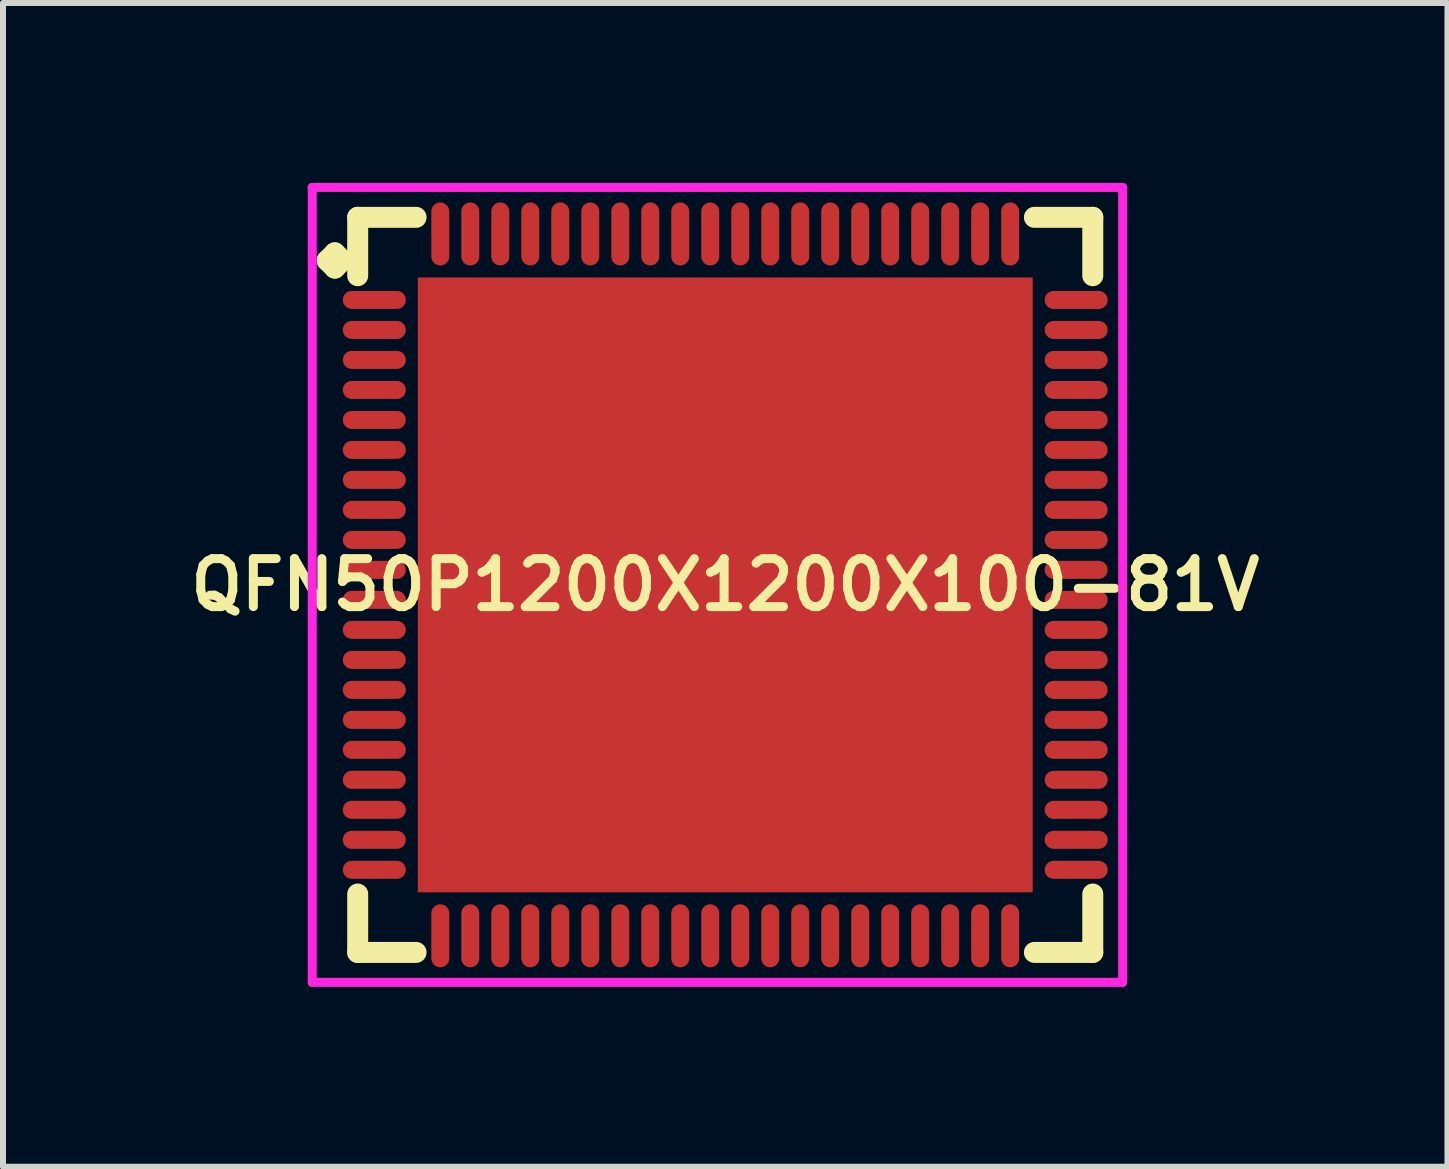
<source format=kicad_pcb>
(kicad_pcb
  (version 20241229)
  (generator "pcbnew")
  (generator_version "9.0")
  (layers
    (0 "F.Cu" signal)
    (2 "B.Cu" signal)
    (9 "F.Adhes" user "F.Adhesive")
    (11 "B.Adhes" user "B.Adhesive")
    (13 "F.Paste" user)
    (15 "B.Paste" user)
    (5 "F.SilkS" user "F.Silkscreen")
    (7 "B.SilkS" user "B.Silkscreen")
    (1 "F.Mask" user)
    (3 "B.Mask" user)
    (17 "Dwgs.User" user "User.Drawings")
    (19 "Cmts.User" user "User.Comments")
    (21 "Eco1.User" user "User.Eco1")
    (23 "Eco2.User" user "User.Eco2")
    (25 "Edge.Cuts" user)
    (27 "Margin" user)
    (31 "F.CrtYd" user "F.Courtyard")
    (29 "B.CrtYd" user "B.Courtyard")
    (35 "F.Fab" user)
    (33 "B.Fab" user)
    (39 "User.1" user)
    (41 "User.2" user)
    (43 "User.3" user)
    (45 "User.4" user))
  (footprint "QFN50P1200X1200X100-81V"
    (layer "F.Cu")
    (at 9.04 6.7)
    (property "Reference" "QFN50P1200X1200X100-81V" (at 0 0 0) (layer "F.SilkS") (effects (font (size 0.8 0.8) (thickness 0.15))))
    (attr smd)
    (fp_line (start -6.635 -5.408) (end -6.508 -5.535) (stroke (width 0.35) (type solid)) (layer "F.SilkS"))
    (fp_line (start -6.508 -5.535) (end -6.381 -5.408) (stroke (width 0.35) (type solid)) (layer "F.SilkS"))
    (fp_line (start -6.508 -5.281) (end -6.635 -5.408) (stroke (width 0.35) (type solid)) (layer "F.SilkS"))
    (fp_line (start -6.381 -5.408) (end -6.508 -5.281) (stroke (width 0.35) (type solid)) (layer "F.SilkS"))
    (fp_line (start -6.127 -6.127) (end -5.154 -6.127) (stroke (width 0.35) (type solid)) (layer "F.SilkS"))
    (fp_line (start -6.127 -5.154) (end -6.127 -6.127) (stroke (width 0.35) (type solid)) (layer "F.SilkS"))
    (fp_line (start -6.127 5.154) (end -6.127 6.127) (stroke (width 0.35) (type solid)) (layer "F.SilkS"))
    (fp_line (start -6.127 6.127) (end -5.154 6.127) (stroke (width 0.35) (type solid)) (layer "F.SilkS"))
    (fp_line (start 5.154 -6.127) (end 6.127 -6.127) (stroke (width 0.35) (type solid)) (layer "F.SilkS"))
    (fp_line (start 5.154 6.127) (end 6.127 6.127) (stroke (width 0.35) (type solid)) (layer "F.SilkS"))
    (fp_line (start 6.127 -6.127) (end 6.127 -5.154) (stroke (width 0.35) (type solid)) (layer "F.SilkS"))
    (fp_line (start 6.127 6.127) (end 6.127 5.154) (stroke (width 0.35) (type solid)) (layer "F.SilkS"))
    (fp_line (start -6.885 -6.625) (end 6.625 -6.625) (stroke (width 0.15) (type solid)) (layer "F.CrtYd"))
    (fp_line (start -6.885 6.625) (end -6.885 -6.625) (stroke (width 0.15) (type solid)) (layer "F.CrtYd"))
    (fp_line (start 6.625 -6.625) (end 6.625 6.625) (stroke (width 0.15) (type solid)) (layer "F.CrtYd"))
    (fp_line (start 6.625 6.625) (end -6.885 6.625) (stroke (width 0.15) (type solid)) (layer "F.CrtYd"))
    (pad "1" smd oval (at -5.85 -4.75) (size 1.05 0.3) (layers "F.Cu" "F.Mask" "F.Paste"))
    (pad "2" smd oval (at -5.85 -4.25) (size 1.05 0.3) (layers "F.Cu" "F.Mask" "F.Paste"))
    (pad "3" smd oval (at -5.85 -3.75) (size 1.05 0.3) (layers "F.Cu" "F.Mask" "F.Paste"))
    (pad "4" smd oval (at -5.85 -3.25) (size 1.05 0.3) (layers "F.Cu" "F.Mask" "F.Paste"))
    (pad "5" smd oval (at -5.85 -2.75) (size 1.05 0.3) (layers "F.Cu" "F.Mask" "F.Paste"))
    (pad "6" smd oval (at -5.85 -2.25) (size 1.05 0.3) (layers "F.Cu" "F.Mask" "F.Paste"))
    (pad "7" smd oval (at -5.85 -1.75) (size 1.05 0.3) (layers "F.Cu" "F.Mask" "F.Paste"))
    (pad "8" smd oval (at -5.85 -1.25) (size 1.05 0.3) (layers "F.Cu" "F.Mask" "F.Paste"))
    (pad "9" smd oval (at -5.85 -0.75) (size 1.05 0.3) (layers "F.Cu" "F.Mask" "F.Paste"))
    (pad "10" smd oval (at -5.85 -0.25) (size 1.05 0.3) (layers "F.Cu" "F.Mask" "F.Paste"))
    (pad "11" smd oval (at -5.85 0.25) (size 1.05 0.3) (layers "F.Cu" "F.Mask" "F.Paste"))
    (pad "12" smd oval (at -5.85 0.75) (size 1.05 0.3) (layers "F.Cu" "F.Mask" "F.Paste"))
    (pad "13" smd oval (at -5.85 1.25) (size 1.05 0.3) (layers "F.Cu" "F.Mask" "F.Paste"))
    (pad "14" smd oval (at -5.85 1.75) (size 1.05 0.3) (layers "F.Cu" "F.Mask" "F.Paste"))
    (pad "15" smd oval (at -5.85 2.25) (size 1.05 0.3) (layers "F.Cu" "F.Mask" "F.Paste"))
    (pad "16" smd oval (at -5.85 2.75) (size 1.05 0.3) (layers "F.Cu" "F.Mask" "F.Paste"))
    (pad "17" smd oval (at -5.85 3.25) (size 1.05 0.3) (layers "F.Cu" "F.Mask" "F.Paste"))
    (pad "18" smd oval (at -5.85 3.75) (size 1.05 0.3) (layers "F.Cu" "F.Mask" "F.Paste"))
    (pad "19" smd oval (at -5.85 4.25) (size 1.05 0.3) (layers "F.Cu" "F.Mask" "F.Paste"))
    (pad "20" smd oval (at -5.85 4.75) (size 1.05 0.3) (layers "F.Cu" "F.Mask" "F.Paste"))
    (pad "21" smd oval (at -4.75 5.85) (size 0.3 1.05) (layers "F.Cu" "F.Mask" "F.Paste"))
    (pad "22" smd oval (at -4.25 5.85) (size 0.3 1.05) (layers "F.Cu" "F.Mask" "F.Paste"))
    (pad "23" smd oval (at -3.75 5.85) (size 0.3 1.05) (layers "F.Cu" "F.Mask" "F.Paste"))
    (pad "24" smd oval (at -3.25 5.85) (size 0.3 1.05) (layers "F.Cu" "F.Mask" "F.Paste"))
    (pad "25" smd oval (at -2.75 5.85) (size 0.3 1.05) (layers "F.Cu" "F.Mask" "F.Paste"))
    (pad "26" smd oval (at -2.25 5.85) (size 0.3 1.05) (layers "F.Cu" "F.Mask" "F.Paste"))
    (pad "27" smd oval (at -1.75 5.85) (size 0.3 1.05) (layers "F.Cu" "F.Mask" "F.Paste"))
    (pad "28" smd oval (at -1.25 5.85) (size 0.3 1.05) (layers "F.Cu" "F.Mask" "F.Paste"))
    (pad "29" smd oval (at -0.75 5.85) (size 0.3 1.05) (layers "F.Cu" "F.Mask" "F.Paste"))
    (pad "30" smd oval (at -0.25 5.85) (size 0.3 1.05) (layers "F.Cu" "F.Mask" "F.Paste"))
    (pad "31" smd oval (at 0.25 5.85) (size 0.3 1.05) (layers "F.Cu" "F.Mask" "F.Paste"))
    (pad "32" smd oval (at 0.75 5.85) (size 0.3 1.05) (layers "F.Cu" "F.Mask" "F.Paste"))
    (pad "33" smd oval (at 1.25 5.85) (size 0.3 1.05) (layers "F.Cu" "F.Mask" "F.Paste"))
    (pad "34" smd oval (at 1.75 5.85) (size 0.3 1.05) (layers "F.Cu" "F.Mask" "F.Paste"))
    (pad "35" smd oval (at 2.25 5.85) (size 0.3 1.05) (layers "F.Cu" "F.Mask" "F.Paste"))
    (pad "36" smd oval (at 2.75 5.85) (size 0.3 1.05) (layers "F.Cu" "F.Mask" "F.Paste"))
    (pad "37" smd oval (at 3.25 5.85) (size 0.3 1.05) (layers "F.Cu" "F.Mask" "F.Paste"))
    (pad "38" smd oval (at 3.75 5.85) (size 0.3 1.05) (layers "F.Cu" "F.Mask" "F.Paste"))
    (pad "39" smd oval (at 4.25 5.85) (size 0.3 1.05) (layers "F.Cu" "F.Mask" "F.Paste"))
    (pad "40" smd oval (at 4.75 5.85) (size 0.3 1.05) (layers "F.Cu" "F.Mask" "F.Paste"))
    (pad "41" smd oval (at 5.85 4.75) (size 1.05 0.3) (layers "F.Cu" "F.Mask" "F.Paste"))
    (pad "42" smd oval (at 5.85 4.25) (size 1.05 0.3) (layers "F.Cu" "F.Mask" "F.Paste"))
    (pad "43" smd oval (at 5.85 3.75) (size 1.05 0.3) (layers "F.Cu" "F.Mask" "F.Paste"))
    (pad "44" smd oval (at 5.85 3.25) (size 1.05 0.3) (layers "F.Cu" "F.Mask" "F.Paste"))
    (pad "45" smd oval (at 5.85 2.75) (size 1.05 0.3) (layers "F.Cu" "F.Mask" "F.Paste"))
    (pad "46" smd oval (at 5.85 2.25) (size 1.05 0.3) (layers "F.Cu" "F.Mask" "F.Paste"))
    (pad "47" smd oval (at 5.85 1.75) (size 1.05 0.3) (layers "F.Cu" "F.Mask" "F.Paste"))
    (pad "48" smd oval (at 5.85 1.25) (size 1.05 0.3) (layers "F.Cu" "F.Mask" "F.Paste"))
    (pad "49" smd oval (at 5.85 0.75) (size 1.05 0.3) (layers "F.Cu" "F.Mask" "F.Paste"))
    (pad "50" smd oval (at 5.85 0.25) (size 1.05 0.3) (layers "F.Cu" "F.Mask" "F.Paste"))
    (pad "51" smd oval (at 5.85 -0.25) (size 1.05 0.3) (layers "F.Cu" "F.Mask" "F.Paste"))
    (pad "52" smd oval (at 5.85 -0.75) (size 1.05 0.3) (layers "F.Cu" "F.Mask" "F.Paste"))
    (pad "53" smd oval (at 5.85 -1.25) (size 1.05 0.3) (layers "F.Cu" "F.Mask" "F.Paste"))
    (pad "54" smd oval (at 5.85 -1.75) (size 1.05 0.3) (layers "F.Cu" "F.Mask" "F.Paste"))
    (pad "55" smd oval (at 5.85 -2.25) (size 1.05 0.3) (layers "F.Cu" "F.Mask" "F.Paste"))
    (pad "56" smd oval (at 5.85 -2.75) (size 1.05 0.3) (layers "F.Cu" "F.Mask" "F.Paste"))
    (pad "57" smd oval (at 5.85 -3.25) (size 1.05 0.3) (layers "F.Cu" "F.Mask" "F.Paste"))
    (pad "58" smd oval (at 5.85 -3.75) (size 1.05 0.3) (layers "F.Cu" "F.Mask" "F.Paste"))
    (pad "59" smd oval (at 5.85 -4.25) (size 1.05 0.3) (layers "F.Cu" "F.Mask" "F.Paste"))
    (pad "60" smd oval (at 5.85 -4.75) (size 1.05 0.3) (layers "F.Cu" "F.Mask" "F.Paste"))
    (pad "61" smd oval (at 4.75 -5.85) (size 0.3 1.05) (layers "F.Cu" "F.Mask" "F.Paste"))
    (pad "62" smd oval (at 4.25 -5.85) (size 0.3 1.05) (layers "F.Cu" "F.Mask" "F.Paste"))
    (pad "63" smd oval (at 3.75 -5.85) (size 0.3 1.05) (layers "F.Cu" "F.Mask" "F.Paste"))
    (pad "64" smd oval (at 3.25 -5.85) (size 0.3 1.05) (layers "F.Cu" "F.Mask" "F.Paste"))
    (pad "65" smd oval (at 2.75 -5.85) (size 0.3 1.05) (layers "F.Cu" "F.Mask" "F.Paste"))
    (pad "66" smd oval (at 2.25 -5.85) (size 0.3 1.05) (layers "F.Cu" "F.Mask" "F.Paste"))
    (pad "67" smd oval (at 1.75 -5.85) (size 0.3 1.05) (layers "F.Cu" "F.Mask" "F.Paste"))
    (pad "68" smd oval (at 1.25 -5.85) (size 0.3 1.05) (layers "F.Cu" "F.Mask" "F.Paste"))
    (pad "69" smd oval (at 0.75 -5.85) (size 0.3 1.05) (layers "F.Cu" "F.Mask" "F.Paste"))
    (pad "70" smd oval (at 0.25 -5.85) (size 0.3 1.05) (layers "F.Cu" "F.Mask" "F.Paste"))
    (pad "71" smd oval (at -0.25 -5.85) (size 0.3 1.05) (layers "F.Cu" "F.Mask" "F.Paste"))
    (pad "72" smd oval (at -0.75 -5.85) (size 0.3 1.05) (layers "F.Cu" "F.Mask" "F.Paste"))
    (pad "73" smd oval (at -1.25 -5.85) (size 0.3 1.05) (layers "F.Cu" "F.Mask" "F.Paste"))
    (pad "74" smd oval (at -1.75 -5.85) (size 0.3 1.05) (layers "F.Cu" "F.Mask" "F.Paste"))
    (pad "75" smd oval (at -2.25 -5.85) (size 0.3 1.05) (layers "F.Cu" "F.Mask" "F.Paste"))
    (pad "76" smd oval (at -2.75 -5.85) (size 0.3 1.05) (layers "F.Cu" "F.Mask" "F.Paste"))
    (pad "77" smd oval (at -3.25 -5.85) (size 0.3 1.05) (layers "F.Cu" "F.Mask" "F.Paste"))
    (pad "78" smd oval (at -3.75 -5.85) (size 0.3 1.05) (layers "F.Cu" "F.Mask" "F.Paste"))
    (pad "79" smd oval (at -4.25 -5.85) (size 0.3 1.05) (layers "F.Cu" "F.Mask" "F.Paste"))
    (pad "80" smd oval (at -4.75 -5.85) (size 0.3 1.05) (layers "F.Cu" "F.Mask" "F.Paste"))
    (pad "81" smd rect (at 0 0) (size 10.25 10.25) (layers "F.Cu" "F.Mask" "F.Paste")))
  (gr_rect
    (start -3 -3)
    (end 21.08 16.4)
    (stroke (width 0.1) (type default))
    (fill no)
    (layer "Edge.Cuts")))
</source>
